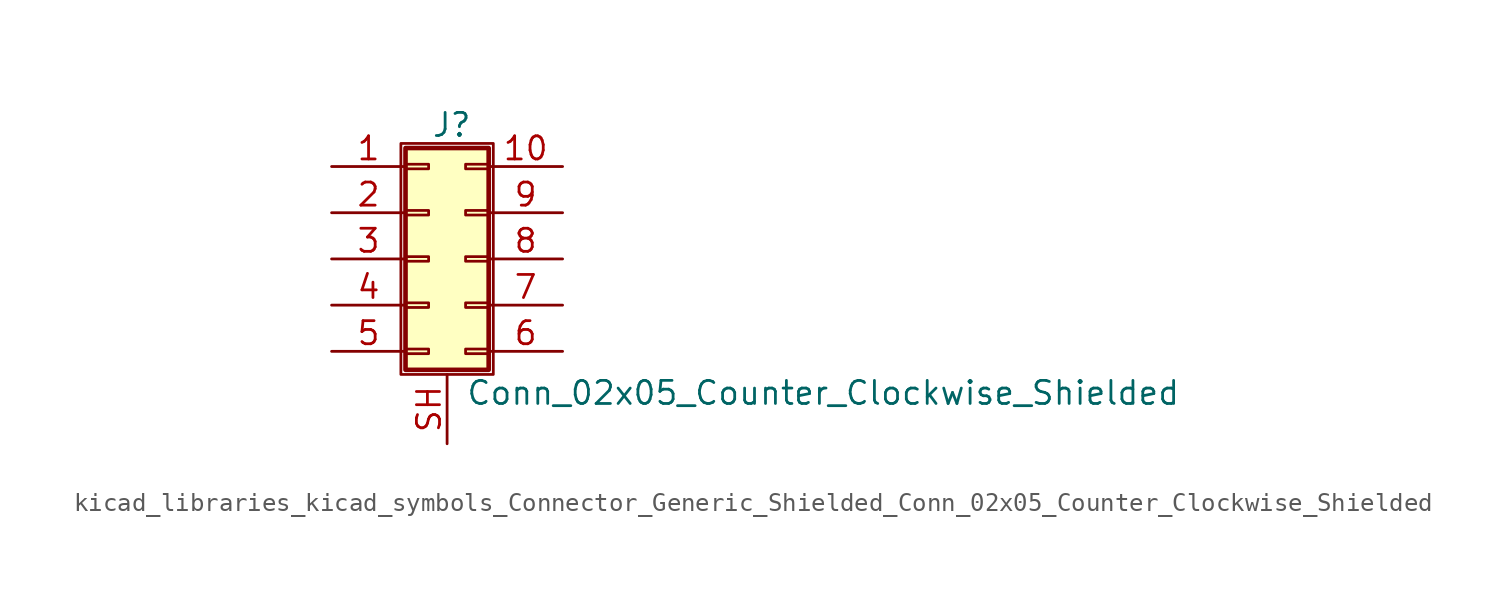
<source format=kicad_sym>
(kicad_symbol_lib
  (version 20220914)
  (generator kicad_symbol_editor)
  (symbol "kicad_libraries_kicad_symbols_Connector_Generic_Shielded_Conn_02x05_Counter_Clockwise_Shielded"
    (pin_names
      (offset 1.016) hide)
    (property "Reference" "J"
      (at 1.524 7.366 0)
      (effects (font (size 1.27 1.27))))
    (property "Value" "Conn_02x05_Counter_Clockwise_Shielded"
      (at 2.286 -7.366 0)
      (effects (font (size 1.27 1.27)) (justify left)))
    (symbol "kicad_libraries_kicad_symbols_Connector_Generic_Shielded_Conn_02x05_Counter_Clockwise_Shielded_1_1"
      (rectangle (start -1.27 6.35) (end 3.81 -6.35) (stroke (width 0.152) (type default)) (fill (type none)))
      (rectangle (start -1.016 -4.953) (end 0.254 -5.207) (stroke (width 0.152) (type default)) (fill (type none)))
      (rectangle (start -1.016 -2.413) (end 0.254 -2.667) (stroke (width 0.152) (type default)) (fill (type none)))
      (rectangle (start -1.016 0.127) (end 0.254 -0.127) (stroke (width 0.152) (type default)) (fill (type none)))
      (rectangle (start -1.016 2.667) (end 0.254 2.413) (stroke (width 0.152) (type default)) (fill (type none)))
      (rectangle (start -1.016 5.207) (end 0.254 4.953) (stroke (width 0.152) (type default)) (fill (type none)))
      (rectangle (start -1.016 6.096) (end 3.556 -6.096) (stroke (width 0.254) (type default)) (fill (type background)))
      (rectangle (start 3.556 -4.953) (end 2.286 -5.207) (stroke (width 0.152) (type default)) (fill (type none)))
      (rectangle (start 3.556 -2.413) (end 2.286 -2.667) (stroke (width 0.152) (type default)) (fill (type none)))
      (rectangle (start 3.556 0.127) (end 2.286 -0.127) (stroke (width 0.152) (type default)) (fill (type none)))
      (rectangle (start 3.556 2.667) (end 2.286 2.413) (stroke (width 0.152) (type default)) (fill (type none)))
      (rectangle (start 3.556 5.207) (end 2.286 4.953) (stroke (width 0.152) (type default)) (fill (type none)))
      (pin passive line (at -5.08 5.08 0) (length 4.064) (name "Pin_1" (effects (font (size 1.27 1.27)))) (number "1" (effects (font (size 1.27 1.27)))))
      (pin passive line (at 7.62 5.08 180) (length 4.064) (name "Pin_10" (effects (font (size 1.27 1.27)))) (number "10" (effects (font (size 1.27 1.27)))))
      (pin passive line (at -5.08 2.54 0) (length 4.064) (name "Pin_2" (effects (font (size 1.27 1.27)))) (number "2" (effects (font (size 1.27 1.27)))))
      (pin passive line (at -5.08 0 0) (length 4.064) (name "Pin_3" (effects (font (size 1.27 1.27)))) (number "3" (effects (font (size 1.27 1.27)))))
      (pin passive line (at -5.08 -2.54 0) (length 4.064) (name "Pin_4" (effects (font (size 1.27 1.27)))) (number "4" (effects (font (size 1.27 1.27)))))
      (pin passive line (at -5.08 -5.08 0) (length 4.064) (name "Pin_5" (effects (font (size 1.27 1.27)))) (number "5" (effects (font (size 1.27 1.27)))))
      (pin passive line (at 7.62 -5.08 180) (length 4.064) (name "Pin_6" (effects (font (size 1.27 1.27)))) (number "6" (effects (font (size 1.27 1.27)))))
      (pin passive line (at 7.62 -2.54 180) (length 4.064) (name "Pin_7" (effects (font (size 1.27 1.27)))) (number "7" (effects (font (size 1.27 1.27)))))
      (pin passive line (at 7.62 0 180) (length 4.064) (name "Pin_8" (effects (font (size 1.27 1.27)))) (number "8" (effects (font (size 1.27 1.27)))))
      (pin passive line (at 7.62 2.54 180) (length 4.064) (name "Pin_9" (effects (font (size 1.27 1.27)))) (number "9" (effects (font (size 1.27 1.27)))))
      (pin passive line (at 1.27 -10.16 90) (length 3.81) (name "Shield" (effects (font (size 1.27 1.27)))) (number "SH" (effects (font (size 1.27 1.27))))))))
</source>
